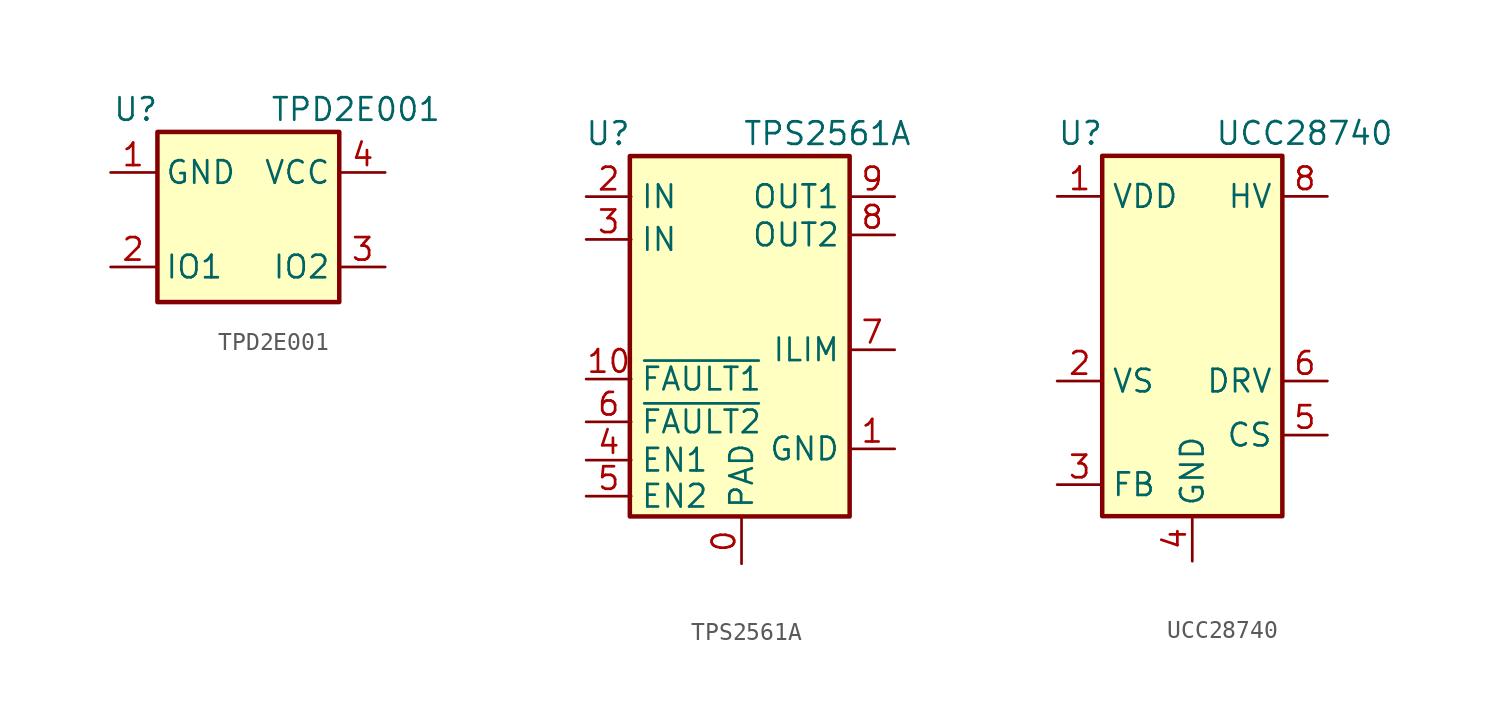
<source format=kicad_sym>
(kicad_symbol_lib
  (version 20211014)
  (generator kicad_symbol_editor)
  (symbol "TPD2E001"
    (property "Reference" "U"
      (at -7.518 6.096 0)
      (effects (font (size 1.27 1.27)) (justify left)))
    (property "Value" "TPD2E001"
      (at 1.372 6.096 0)
      (effects (font (size 1.27 1.27)) (justify left)))
    (symbol "TPD2E001_0_1"
      (rectangle (start -4.978 4.826) (end 5.283 -4.775) (stroke (width 0.254) (type default) (color 0 0 0 0)) (fill (type background))))
    (symbol "TPD2E001_1_1"
      (pin power_in line (at -7.62 2.54 0) (length 2.54) (name "GND" (effects (font (size 1.27 1.27)))) (number "1" (effects (font (size 1.27 1.27)))))
      (pin input line (at -7.62 -2.794 0) (length 2.54) (name "IO1" (effects (font (size 1.27 1.27)))) (number "2" (effects (font (size 1.27 1.27)))))
      (pin input line (at 7.874 -2.794 180) (length 2.54) (name "IO2" (effects (font (size 1.27 1.27)))) (number "3" (effects (font (size 1.27 1.27)))))
      (pin power_in line (at 7.874 2.54 180) (length 2.54) (name "VCC" (effects (font (size 1.27 1.27)))) (number "4" (effects (font (size 1.27 1.27)))))))
  (symbol "TPS2561A"
    (property "Reference" "U"
      (at -8.839 11.43 0)
      (effects (font (size 1.27 1.27)) (justify left)))
    (property "Value" "TPS2561A"
      (at 0.051 11.43 0)
      (effects (font (size 1.27 1.27)) (justify left)))
    (symbol "TPS2561A_0_1"
      (rectangle (start -6.299 10.16) (end 6.096 -10.16) (stroke (width 0.254) (type default) (color 0 0 0 0)) (fill (type background))))
    (symbol "TPS2561A_1_1"
      (pin power_in line (at 0 -12.827 90) (length 2.54) (name "PAD" (effects (font (size 1.27 1.27)))) (number "0" (effects (font (size 1.27 1.27)))))
      (pin power_in line (at 8.636 -6.35 180) (length 2.54) (name "GND" (effects (font (size 1.27 1.27)))) (number "1" (effects (font (size 1.27 1.27)))))
      (pin output line (at -8.763 -2.413 0) (length 2.54) (name "~{FAULT1}" (effects (font (size 1.27 1.27)))) (number "10" (effects (font (size 1.27 1.27)))))
      (pin power_in line (at -8.763 7.874 0) (length 2.54) (name "IN" (effects (font (size 1.27 1.27)))) (number "2" (effects (font (size 1.27 1.27)))))
      (pin power_in line (at -8.763 5.461 0) (length 2.54) (name "IN" (effects (font (size 1.27 1.27)))) (number "3" (effects (font (size 1.27 1.27)))))
      (pin input line (at -8.763 -6.985 0) (length 2.54) (name "EN1" (effects (font (size 1.27 1.27)))) (number "4" (effects (font (size 1.27 1.27)))))
      (pin input line (at -8.763 -9.017 0) (length 2.54) (name "EN2" (effects (font (size 1.27 1.27)))) (number "5" (effects (font (size 1.27 1.27)))))
      (pin output line (at -8.763 -4.826 0) (length 2.54) (name "~{FAULT2}" (effects (font (size 1.27 1.27)))) (number "6" (effects (font (size 1.27 1.27)))))
      (pin output line (at 8.636 -0.762 180) (length 2.54) (name "ILIM" (effects (font (size 1.27 1.27)))) (number "7" (effects (font (size 1.27 1.27)))))
      (pin output line (at 8.636 5.715 180) (length 2.54) (name "OUT2" (effects (font (size 1.27 1.27)))) (number "8" (effects (font (size 1.27 1.27)))))
      (pin output line (at 8.636 7.874 180) (length 2.54) (name "OUT1" (effects (font (size 1.27 1.27)))) (number "9" (effects (font (size 1.27 1.27)))))))
  (symbol "UCC28740"
    (property "Reference" "U"
      (at -7.62 11.43 0)
      (effects (font (size 1.27 1.27)) (justify left)))
    (property "Value" "UCC28740"
      (at 1.27 11.43 0)
      (effects (font (size 1.27 1.27)) (justify left)))
    (symbol "UCC28740_0_1"
      (rectangle (start -5.08 -10.16) (end 5.08 10.16) (stroke (width 0.254) (type default) (color 0 0 0 0)) (fill (type background))))
    (symbol "UCC28740_1_1"
      (pin power_in line (at -7.62 7.874 0) (length 2.54) (name "VDD" (effects (font (size 1.27 1.27)))) (number "1" (effects (font (size 1.27 1.27)))))
      (pin input line (at -7.62 -2.54 0) (length 2.54) (name "VS" (effects (font (size 1.27 1.27)))) (number "2" (effects (font (size 1.27 1.27)))))
      (pin input line (at -7.62 -8.382 0) (length 2.54) (name "FB" (effects (font (size 1.27 1.27)))) (number "3" (effects (font (size 1.27 1.27)))))
      (pin power_in line (at 0 -12.7 90) (length 2.54) (name "GND" (effects (font (size 1.27 1.27)))) (number "4" (effects (font (size 1.27 1.27)))))
      (pin input line (at 7.62 -5.588 180) (length 2.54) (name "CS" (effects (font (size 1.27 1.27)))) (number "5" (effects (font (size 1.27 1.27)))))
      (pin output line (at 7.62 -2.54 180) (length 2.54) (name "DRV" (effects (font (size 1.27 1.27)))) (number "6" (effects (font (size 1.27 1.27)))))
      (pin input line (at 7.62 7.874 180) (length 2.54) (name "HV" (effects (font (size 1.27 1.27)))) (number "8" (effects (font (size 1.27 1.27))))))))
</source>
